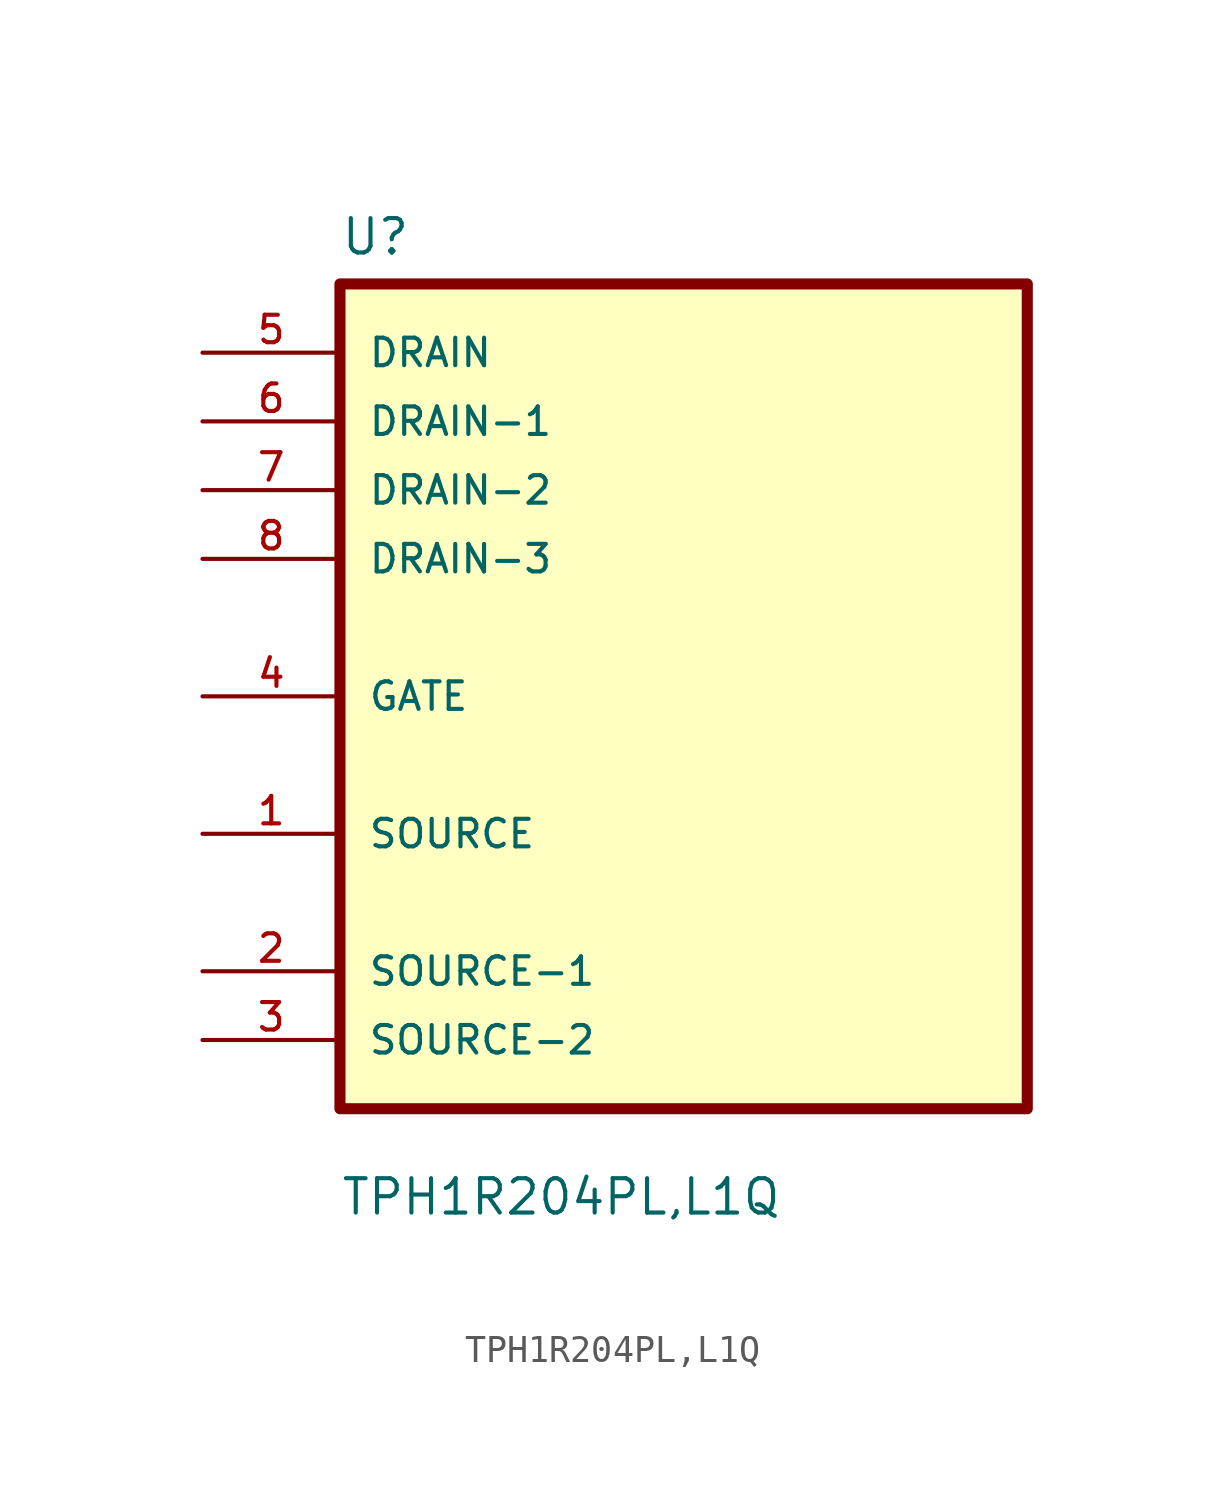
<source format=kicad_sym>
(kicad_symbol_lib
  (version 20211014)
  (generator kicad_symbol_editor)
  (symbol "TPH1R204PL,L1Q"
    (pin_names
      (offset 1.016))
    (property "Reference" "U"
      (at -12.7 16.24 0.0)
      (effects (font (size 1.27 1.27)) (justify bottom left)))
    (property "Value" "TPH1R204PL,L1Q"
      (at -12.7 -19.24 0.0)
      (effects (font (size 1.27 1.27)) (justify bottom left)))
    (symbol "TPH1R204PL,L1Q_0_0"
      (rectangle (start -12.7 -15.24) (end 12.7 15.24) (stroke (width 0.41)) (fill (type background)))
      (pin input line (at -17.78 12.7 0) (length 5.08) (name "DRAIN" (effects (font (size 1.016 1.016)))) (number "5" (effects (font (size 1.016 1.016)))))
      (pin input line (at -17.78 10.16 0) (length 5.08) (name "DRAIN-1" (effects (font (size 1.016 1.016)))) (number "6" (effects (font (size 1.016 1.016)))))
      (pin input line (at -17.78 7.62 0) (length 5.08) (name "DRAIN-2" (effects (font (size 1.016 1.016)))) (number "7" (effects (font (size 1.016 1.016)))))
      (pin input line (at -17.78 5.08 0) (length 5.08) (name "DRAIN-3" (effects (font (size 1.016 1.016)))) (number "8" (effects (font (size 1.016 1.016)))))
      (pin bidirectional line (at -17.78 0.0 0) (length 5.08) (name "GATE" (effects (font (size 1.016 1.016)))) (number "4" (effects (font (size 1.016 1.016)))))
      (pin bidirectional line (at -17.78 -5.08 0) (length 5.08) (name "SOURCE" (effects (font (size 1.016 1.016)))) (number "1" (effects (font (size 1.016 1.016)))))
      (pin bidirectional line (at -17.78 -10.16 0) (length 5.08) (name "SOURCE-1" (effects (font (size 1.016 1.016)))) (number "2" (effects (font (size 1.016 1.016)))))
      (pin bidirectional line (at -17.78 -12.7 0) (length 5.08) (name "SOURCE-2" (effects (font (size 1.016 1.016)))) (number "3" (effects (font (size 1.016 1.016))))))))
</source>
